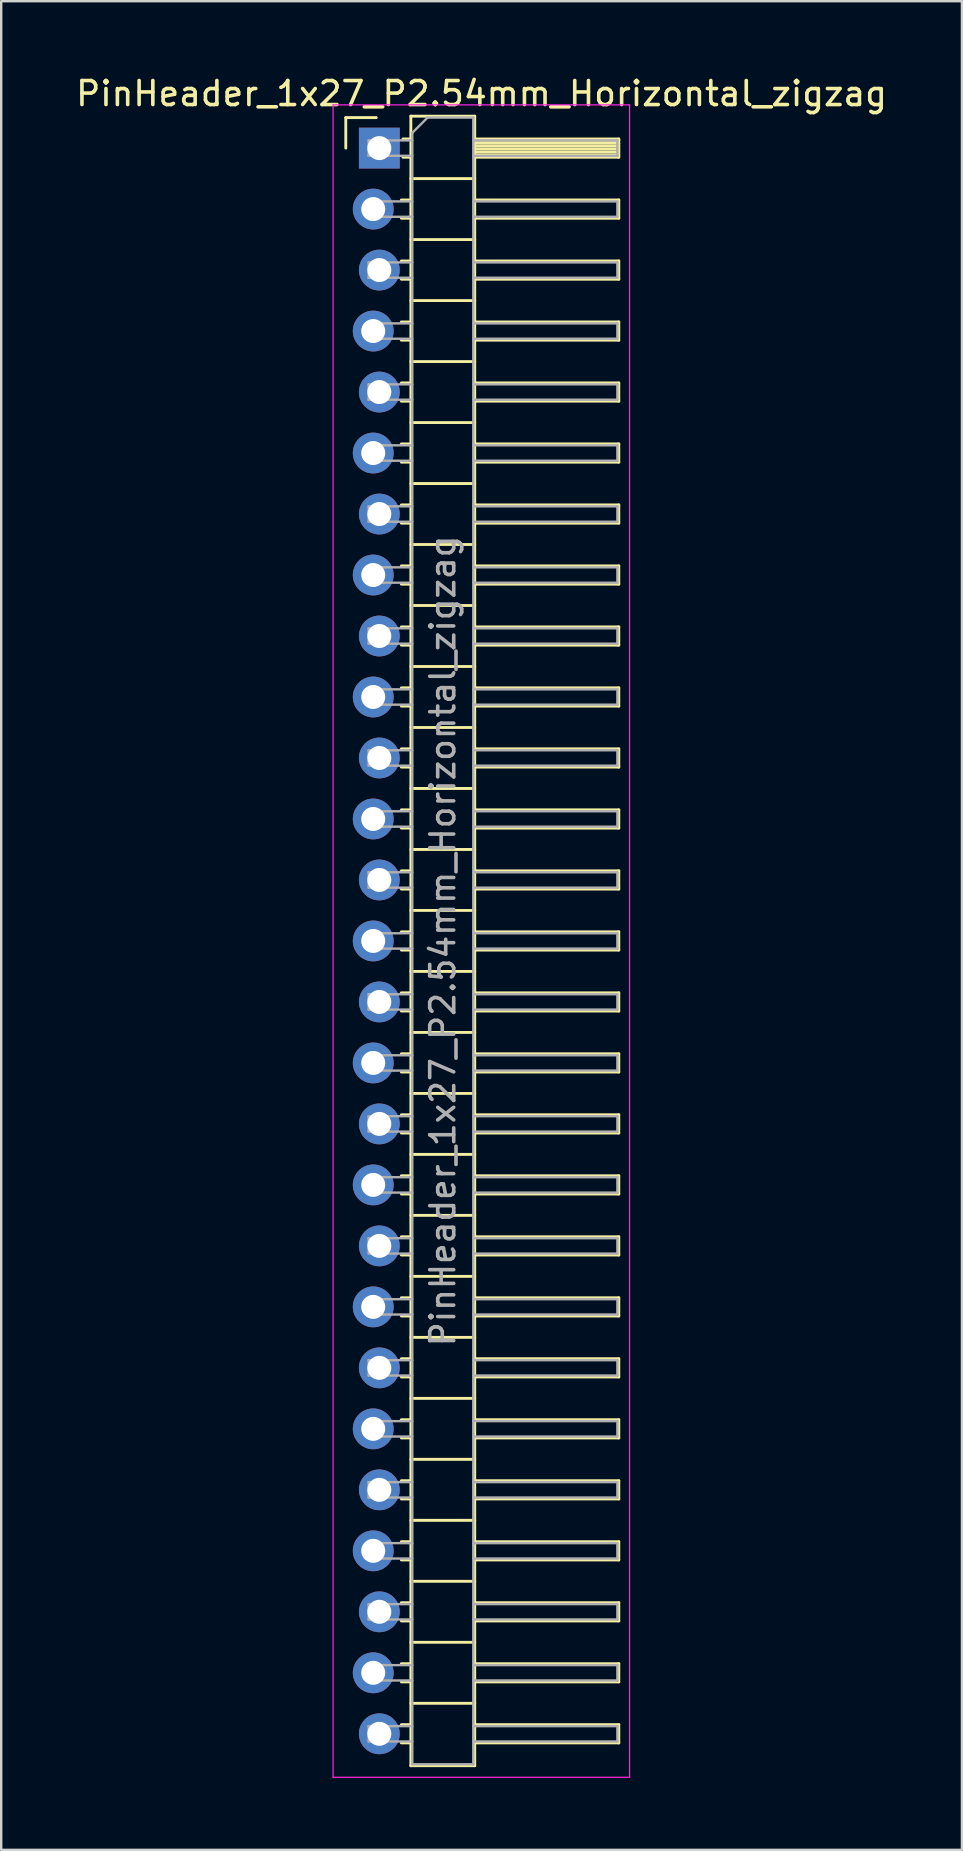
<source format=kicad_pcb>
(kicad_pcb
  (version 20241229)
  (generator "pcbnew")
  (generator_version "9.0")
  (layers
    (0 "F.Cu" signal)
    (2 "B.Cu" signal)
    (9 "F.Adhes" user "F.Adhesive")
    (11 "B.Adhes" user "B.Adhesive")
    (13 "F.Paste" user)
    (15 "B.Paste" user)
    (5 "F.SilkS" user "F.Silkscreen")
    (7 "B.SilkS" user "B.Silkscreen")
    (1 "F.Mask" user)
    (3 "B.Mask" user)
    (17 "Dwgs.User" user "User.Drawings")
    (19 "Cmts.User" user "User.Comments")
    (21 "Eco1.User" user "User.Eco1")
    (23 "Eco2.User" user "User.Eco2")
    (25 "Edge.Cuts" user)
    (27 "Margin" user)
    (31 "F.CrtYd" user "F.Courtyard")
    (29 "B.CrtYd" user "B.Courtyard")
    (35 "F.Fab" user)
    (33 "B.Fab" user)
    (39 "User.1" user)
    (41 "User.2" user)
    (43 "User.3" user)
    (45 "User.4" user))
  (footprint "PinHeader_1x27_P2.54mm_Horizontal_zigzag"
    (layer "F.Cu")
    (at 12.621 3.118)
    (property "Reference" "PinHeader_1x27_P2.54mm_Horizontal_zigzag" (at 4.385 -2.27 0) (layer "F.SilkS") (effects (font (size 1 1) (thickness 0.15))))
    (attr through_hole)
    (fp_line (start -1.27 -1.27) (end 0 -1.27) (stroke (width 0.12) (type solid)) (layer "F.SilkS"))
    (fp_line (start -1.27 0) (end -1.27 -1.27) (stroke (width 0.12) (type solid)) (layer "F.SilkS"))
    (fp_line (start 1.043 2.16) (end 1.44 2.16) (stroke (width 0.12) (type solid)) (layer "F.SilkS"))
    (fp_line (start 1.043 2.92) (end 1.44 2.92) (stroke (width 0.12) (type solid)) (layer "F.SilkS"))
    (fp_line (start 1.043 4.7) (end 1.44 4.7) (stroke (width 0.12) (type solid)) (layer "F.SilkS"))
    (fp_line (start 1.043 5.46) (end 1.44 5.46) (stroke (width 0.12) (type solid)) (layer "F.SilkS"))
    (fp_line (start 1.043 7.24) (end 1.44 7.24) (stroke (width 0.12) (type solid)) (layer "F.SilkS"))
    (fp_line (start 1.043 8) (end 1.44 8) (stroke (width 0.12) (type solid)) (layer "F.SilkS"))
    (fp_line (start 1.043 9.78) (end 1.44 9.78) (stroke (width 0.12) (type solid)) (layer "F.SilkS"))
    (fp_line (start 1.043 10.54) (end 1.44 10.54) (stroke (width 0.12) (type solid)) (layer "F.SilkS"))
    (fp_line (start 1.043 12.32) (end 1.44 12.32) (stroke (width 0.12) (type solid)) (layer "F.SilkS"))
    (fp_line (start 1.043 13.08) (end 1.44 13.08) (stroke (width 0.12) (type solid)) (layer "F.SilkS"))
    (fp_line (start 1.043 14.86) (end 1.44 14.86) (stroke (width 0.12) (type solid)) (layer "F.SilkS"))
    (fp_line (start 1.043 15.62) (end 1.44 15.62) (stroke (width 0.12) (type solid)) (layer "F.SilkS"))
    (fp_line (start 1.043 17.4) (end 1.44 17.4) (stroke (width 0.12) (type solid)) (layer "F.SilkS"))
    (fp_line (start 1.043 18.16) (end 1.44 18.16) (stroke (width 0.12) (type solid)) (layer "F.SilkS"))
    (fp_line (start 1.043 19.94) (end 1.44 19.94) (stroke (width 0.12) (type solid)) (layer "F.SilkS"))
    (fp_line (start 1.043 20.7) (end 1.44 20.7) (stroke (width 0.12) (type solid)) (layer "F.SilkS"))
    (fp_line (start 1.043 22.48) (end 1.44 22.48) (stroke (width 0.12) (type solid)) (layer "F.SilkS"))
    (fp_line (start 1.043 23.24) (end 1.44 23.24) (stroke (width 0.12) (type solid)) (layer "F.SilkS"))
    (fp_line (start 1.043 25.02) (end 1.44 25.02) (stroke (width 0.12) (type solid)) (layer "F.SilkS"))
    (fp_line (start 1.043 25.78) (end 1.44 25.78) (stroke (width 0.12) (type solid)) (layer "F.SilkS"))
    (fp_line (start 1.043 27.56) (end 1.44 27.56) (stroke (width 0.12) (type solid)) (layer "F.SilkS"))
    (fp_line (start 1.043 28.32) (end 1.44 28.32) (stroke (width 0.12) (type solid)) (layer "F.SilkS"))
    (fp_line (start 1.043 30.1) (end 1.44 30.1) (stroke (width 0.12) (type solid)) (layer "F.SilkS"))
    (fp_line (start 1.043 30.86) (end 1.44 30.86) (stroke (width 0.12) (type solid)) (layer "F.SilkS"))
    (fp_line (start 1.043 32.64) (end 1.44 32.64) (stroke (width 0.12) (type solid)) (layer "F.SilkS"))
    (fp_line (start 1.043 33.4) (end 1.44 33.4) (stroke (width 0.12) (type solid)) (layer "F.SilkS"))
    (fp_line (start 1.043 35.18) (end 1.44 35.18) (stroke (width 0.12) (type solid)) (layer "F.SilkS"))
    (fp_line (start 1.043 35.94) (end 1.44 35.94) (stroke (width 0.12) (type solid)) (layer "F.SilkS"))
    (fp_line (start 1.043 37.72) (end 1.44 37.72) (stroke (width 0.12) (type solid)) (layer "F.SilkS"))
    (fp_line (start 1.043 38.48) (end 1.44 38.48) (stroke (width 0.12) (type solid)) (layer "F.SilkS"))
    (fp_line (start 1.043 40.26) (end 1.44 40.26) (stroke (width 0.12) (type solid)) (layer "F.SilkS"))
    (fp_line (start 1.043 41.02) (end 1.44 41.02) (stroke (width 0.12) (type solid)) (layer "F.SilkS"))
    (fp_line (start 1.043 42.8) (end 1.44 42.8) (stroke (width 0.12) (type solid)) (layer "F.SilkS"))
    (fp_line (start 1.043 43.56) (end 1.44 43.56) (stroke (width 0.12) (type solid)) (layer "F.SilkS"))
    (fp_line (start 1.043 45.34) (end 1.44 45.34) (stroke (width 0.12) (type solid)) (layer "F.SilkS"))
    (fp_line (start 1.043 46.1) (end 1.44 46.1) (stroke (width 0.12) (type solid)) (layer "F.SilkS"))
    (fp_line (start 1.043 47.88) (end 1.44 47.88) (stroke (width 0.12) (type solid)) (layer "F.SilkS"))
    (fp_line (start 1.043 48.64) (end 1.44 48.64) (stroke (width 0.12) (type solid)) (layer "F.SilkS"))
    (fp_line (start 1.043 50.42) (end 1.44 50.42) (stroke (width 0.12) (type solid)) (layer "F.SilkS"))
    (fp_line (start 1.043 51.18) (end 1.44 51.18) (stroke (width 0.12) (type solid)) (layer "F.SilkS"))
    (fp_line (start 1.043 52.96) (end 1.44 52.96) (stroke (width 0.12) (type solid)) (layer "F.SilkS"))
    (fp_line (start 1.043 53.72) (end 1.44 53.72) (stroke (width 0.12) (type solid)) (layer "F.SilkS"))
    (fp_line (start 1.043 55.5) (end 1.44 55.5) (stroke (width 0.12) (type solid)) (layer "F.SilkS"))
    (fp_line (start 1.043 56.26) (end 1.44 56.26) (stroke (width 0.12) (type solid)) (layer "F.SilkS"))
    (fp_line (start 1.043 58.04) (end 1.44 58.04) (stroke (width 0.12) (type solid)) (layer "F.SilkS"))
    (fp_line (start 1.043 58.8) (end 1.44 58.8) (stroke (width 0.12) (type solid)) (layer "F.SilkS"))
    (fp_line (start 1.043 60.58) (end 1.44 60.58) (stroke (width 0.12) (type solid)) (layer "F.SilkS"))
    (fp_line (start 1.043 61.34) (end 1.44 61.34) (stroke (width 0.12) (type solid)) (layer "F.SilkS"))
    (fp_line (start 1.043 63.12) (end 1.44 63.12) (stroke (width 0.12) (type solid)) (layer "F.SilkS"))
    (fp_line (start 1.043 63.88) (end 1.44 63.88) (stroke (width 0.12) (type solid)) (layer "F.SilkS"))
    (fp_line (start 1.043 65.66) (end 1.44 65.66) (stroke (width 0.12) (type solid)) (layer "F.SilkS"))
    (fp_line (start 1.043 66.42) (end 1.44 66.42) (stroke (width 0.12) (type solid)) (layer "F.SilkS"))
    (fp_line (start 1.11 -0.38) (end 1.44 -0.38) (stroke (width 0.12) (type solid)) (layer "F.SilkS"))
    (fp_line (start 1.11 0.38) (end 1.44 0.38) (stroke (width 0.12) (type solid)) (layer "F.SilkS"))
    (fp_line (start 1.44 -1.33) (end 1.44 67.37) (stroke (width 0.12) (type solid)) (layer "F.SilkS"))
    (fp_line (start 1.44 1.27) (end 4.1 1.27) (stroke (width 0.12) (type solid)) (layer "F.SilkS"))
    (fp_line (start 1.44 3.81) (end 4.1 3.81) (stroke (width 0.12) (type solid)) (layer "F.SilkS"))
    (fp_line (start 1.44 6.35) (end 4.1 6.35) (stroke (width 0.12) (type solid)) (layer "F.SilkS"))
    (fp_line (start 1.44 8.89) (end 4.1 8.89) (stroke (width 0.12) (type solid)) (layer "F.SilkS"))
    (fp_line (start 1.44 11.43) (end 4.1 11.43) (stroke (width 0.12) (type solid)) (layer "F.SilkS"))
    (fp_line (start 1.44 13.97) (end 4.1 13.97) (stroke (width 0.12) (type solid)) (layer "F.SilkS"))
    (fp_line (start 1.44 16.51) (end 4.1 16.51) (stroke (width 0.12) (type solid)) (layer "F.SilkS"))
    (fp_line (start 1.44 19.05) (end 4.1 19.05) (stroke (width 0.12) (type solid)) (layer "F.SilkS"))
    (fp_line (start 1.44 21.59) (end 4.1 21.59) (stroke (width 0.12) (type solid)) (layer "F.SilkS"))
    (fp_line (start 1.44 24.13) (end 4.1 24.13) (stroke (width 0.12) (type solid)) (layer "F.SilkS"))
    (fp_line (start 1.44 26.67) (end 4.1 26.67) (stroke (width 0.12) (type solid)) (layer "F.SilkS"))
    (fp_line (start 1.44 29.21) (end 4.1 29.21) (stroke (width 0.12) (type solid)) (layer "F.SilkS"))
    (fp_line (start 1.44 31.75) (end 4.1 31.75) (stroke (width 0.12) (type solid)) (layer "F.SilkS"))
    (fp_line (start 1.44 34.29) (end 4.1 34.29) (stroke (width 0.12) (type solid)) (layer "F.SilkS"))
    (fp_line (start 1.44 36.83) (end 4.1 36.83) (stroke (width 0.12) (type solid)) (layer "F.SilkS"))
    (fp_line (start 1.44 39.37) (end 4.1 39.37) (stroke (width 0.12) (type solid)) (layer "F.SilkS"))
    (fp_line (start 1.44 41.91) (end 4.1 41.91) (stroke (width 0.12) (type solid)) (layer "F.SilkS"))
    (fp_line (start 1.44 44.45) (end 4.1 44.45) (stroke (width 0.12) (type solid)) (layer "F.SilkS"))
    (fp_line (start 1.44 46.99) (end 4.1 46.99) (stroke (width 0.12) (type solid)) (layer "F.SilkS"))
    (fp_line (start 1.44 49.53) (end 4.1 49.53) (stroke (width 0.12) (type solid)) (layer "F.SilkS"))
    (fp_line (start 1.44 52.07) (end 4.1 52.07) (stroke (width 0.12) (type solid)) (layer "F.SilkS"))
    (fp_line (start 1.44 54.61) (end 4.1 54.61) (stroke (width 0.12) (type solid)) (layer "F.SilkS"))
    (fp_line (start 1.44 57.15) (end 4.1 57.15) (stroke (width 0.12) (type solid)) (layer "F.SilkS"))
    (fp_line (start 1.44 59.69) (end 4.1 59.69) (stroke (width 0.12) (type solid)) (layer "F.SilkS"))
    (fp_line (start 1.44 62.23) (end 4.1 62.23) (stroke (width 0.12) (type solid)) (layer "F.SilkS"))
    (fp_line (start 1.44 64.77) (end 4.1 64.77) (stroke (width 0.12) (type solid)) (layer "F.SilkS"))
    (fp_line (start 1.44 67.37) (end 4.1 67.37) (stroke (width 0.12) (type solid)) (layer "F.SilkS"))
    (fp_line (start 4.1 -1.33) (end 1.44 -1.33) (stroke (width 0.12) (type solid)) (layer "F.SilkS"))
    (fp_line (start 4.1 -0.38) (end 10.1 -0.38) (stroke (width 0.12) (type solid)) (layer "F.SilkS"))
    (fp_line (start 4.1 -0.32) (end 10.1 -0.32) (stroke (width 0.12) (type solid)) (layer "F.SilkS"))
    (fp_line (start 4.1 -0.2) (end 10.1 -0.2) (stroke (width 0.12) (type solid)) (layer "F.SilkS"))
    (fp_line (start 4.1 -0.08) (end 10.1 -0.08) (stroke (width 0.12) (type solid)) (layer "F.SilkS"))
    (fp_line (start 4.1 0.04) (end 10.1 0.04) (stroke (width 0.12) (type solid)) (layer "F.SilkS"))
    (fp_line (start 4.1 0.16) (end 10.1 0.16) (stroke (width 0.12) (type solid)) (layer "F.SilkS"))
    (fp_line (start 4.1 0.28) (end 10.1 0.28) (stroke (width 0.12) (type solid)) (layer "F.SilkS"))
    (fp_line (start 4.1 2.16) (end 10.1 2.16) (stroke (width 0.12) (type solid)) (layer "F.SilkS"))
    (fp_line (start 4.1 4.7) (end 10.1 4.7) (stroke (width 0.12) (type solid)) (layer "F.SilkS"))
    (fp_line (start 4.1 7.24) (end 10.1 7.24) (stroke (width 0.12) (type solid)) (layer "F.SilkS"))
    (fp_line (start 4.1 9.78) (end 10.1 9.78) (stroke (width 0.12) (type solid)) (layer "F.SilkS"))
    (fp_line (start 4.1 12.32) (end 10.1 12.32) (stroke (width 0.12) (type solid)) (layer "F.SilkS"))
    (fp_line (start 4.1 14.86) (end 10.1 14.86) (stroke (width 0.12) (type solid)) (layer "F.SilkS"))
    (fp_line (start 4.1 17.4) (end 10.1 17.4) (stroke (width 0.12) (type solid)) (layer "F.SilkS"))
    (fp_line (start 4.1 19.94) (end 10.1 19.94) (stroke (width 0.12) (type solid)) (layer "F.SilkS"))
    (fp_line (start 4.1 22.48) (end 10.1 22.48) (stroke (width 0.12) (type solid)) (layer "F.SilkS"))
    (fp_line (start 4.1 25.02) (end 10.1 25.02) (stroke (width 0.12) (type solid)) (layer "F.SilkS"))
    (fp_line (start 4.1 27.56) (end 10.1 27.56) (stroke (width 0.12) (type solid)) (layer "F.SilkS"))
    (fp_line (start 4.1 30.1) (end 10.1 30.1) (stroke (width 0.12) (type solid)) (layer "F.SilkS"))
    (fp_line (start 4.1 32.64) (end 10.1 32.64) (stroke (width 0.12) (type solid)) (layer "F.SilkS"))
    (fp_line (start 4.1 35.18) (end 10.1 35.18) (stroke (width 0.12) (type solid)) (layer "F.SilkS"))
    (fp_line (start 4.1 37.72) (end 10.1 37.72) (stroke (width 0.12) (type solid)) (layer "F.SilkS"))
    (fp_line (start 4.1 40.26) (end 10.1 40.26) (stroke (width 0.12) (type solid)) (layer "F.SilkS"))
    (fp_line (start 4.1 42.8) (end 10.1 42.8) (stroke (width 0.12) (type solid)) (layer "F.SilkS"))
    (fp_line (start 4.1 45.34) (end 10.1 45.34) (stroke (width 0.12) (type solid)) (layer "F.SilkS"))
    (fp_line (start 4.1 47.88) (end 10.1 47.88) (stroke (width 0.12) (type solid)) (layer "F.SilkS"))
    (fp_line (start 4.1 50.42) (end 10.1 50.42) (stroke (width 0.12) (type solid)) (layer "F.SilkS"))
    (fp_line (start 4.1 52.96) (end 10.1 52.96) (stroke (width 0.12) (type solid)) (layer "F.SilkS"))
    (fp_line (start 4.1 55.5) (end 10.1 55.5) (stroke (width 0.12) (type solid)) (layer "F.SilkS"))
    (fp_line (start 4.1 58.04) (end 10.1 58.04) (stroke (width 0.12) (type solid)) (layer "F.SilkS"))
    (fp_line (start 4.1 60.58) (end 10.1 60.58) (stroke (width 0.12) (type solid)) (layer "F.SilkS"))
    (fp_line (start 4.1 63.12) (end 10.1 63.12) (stroke (width 0.12) (type solid)) (layer "F.SilkS"))
    (fp_line (start 4.1 65.66) (end 10.1 65.66) (stroke (width 0.12) (type solid)) (layer "F.SilkS"))
    (fp_line (start 4.1 67.37) (end 4.1 -1.33) (stroke (width 0.12) (type solid)) (layer "F.SilkS"))
    (fp_line (start 10.1 -0.38) (end 10.1 0.38) (stroke (width 0.12) (type solid)) (layer "F.SilkS"))
    (fp_line (start 10.1 0.38) (end 4.1 0.38) (stroke (width 0.12) (type solid)) (layer "F.SilkS"))
    (fp_line (start 10.1 2.16) (end 10.1 2.92) (stroke (width 0.12) (type solid)) (layer "F.SilkS"))
    (fp_line (start 10.1 2.92) (end 4.1 2.92) (stroke (width 0.12) (type solid)) (layer "F.SilkS"))
    (fp_line (start 10.1 4.7) (end 10.1 5.46) (stroke (width 0.12) (type solid)) (layer "F.SilkS"))
    (fp_line (start 10.1 5.46) (end 4.1 5.46) (stroke (width 0.12) (type solid)) (layer "F.SilkS"))
    (fp_line (start 10.1 7.24) (end 10.1 8) (stroke (width 0.12) (type solid)) (layer "F.SilkS"))
    (fp_line (start 10.1 8) (end 4.1 8) (stroke (width 0.12) (type solid)) (layer "F.SilkS"))
    (fp_line (start 10.1 9.78) (end 10.1 10.54) (stroke (width 0.12) (type solid)) (layer "F.SilkS"))
    (fp_line (start 10.1 10.54) (end 4.1 10.54) (stroke (width 0.12) (type solid)) (layer "F.SilkS"))
    (fp_line (start 10.1 12.32) (end 10.1 13.08) (stroke (width 0.12) (type solid)) (layer "F.SilkS"))
    (fp_line (start 10.1 13.08) (end 4.1 13.08) (stroke (width 0.12) (type solid)) (layer "F.SilkS"))
    (fp_line (start 10.1 14.86) (end 10.1 15.62) (stroke (width 0.12) (type solid)) (layer "F.SilkS"))
    (fp_line (start 10.1 15.62) (end 4.1 15.62) (stroke (width 0.12) (type solid)) (layer "F.SilkS"))
    (fp_line (start 10.1 17.4) (end 10.1 18.16) (stroke (width 0.12) (type solid)) (layer "F.SilkS"))
    (fp_line (start 10.1 18.16) (end 4.1 18.16) (stroke (width 0.12) (type solid)) (layer "F.SilkS"))
    (fp_line (start 10.1 19.94) (end 10.1 20.7) (stroke (width 0.12) (type solid)) (layer "F.SilkS"))
    (fp_line (start 10.1 20.7) (end 4.1 20.7) (stroke (width 0.12) (type solid)) (layer "F.SilkS"))
    (fp_line (start 10.1 22.48) (end 10.1 23.24) (stroke (width 0.12) (type solid)) (layer "F.SilkS"))
    (fp_line (start 10.1 23.24) (end 4.1 23.24) (stroke (width 0.12) (type solid)) (layer "F.SilkS"))
    (fp_line (start 10.1 25.02) (end 10.1 25.78) (stroke (width 0.12) (type solid)) (layer "F.SilkS"))
    (fp_line (start 10.1 25.78) (end 4.1 25.78) (stroke (width 0.12) (type solid)) (layer "F.SilkS"))
    (fp_line (start 10.1 27.56) (end 10.1 28.32) (stroke (width 0.12) (type solid)) (layer "F.SilkS"))
    (fp_line (start 10.1 28.32) (end 4.1 28.32) (stroke (width 0.12) (type solid)) (layer "F.SilkS"))
    (fp_line (start 10.1 30.1) (end 10.1 30.86) (stroke (width 0.12) (type solid)) (layer "F.SilkS"))
    (fp_line (start 10.1 30.86) (end 4.1 30.86) (stroke (width 0.12) (type solid)) (layer "F.SilkS"))
    (fp_line (start 10.1 32.64) (end 10.1 33.4) (stroke (width 0.12) (type solid)) (layer "F.SilkS"))
    (fp_line (start 10.1 33.4) (end 4.1 33.4) (stroke (width 0.12) (type solid)) (layer "F.SilkS"))
    (fp_line (start 10.1 35.18) (end 10.1 35.94) (stroke (width 0.12) (type solid)) (layer "F.SilkS"))
    (fp_line (start 10.1 35.94) (end 4.1 35.94) (stroke (width 0.12) (type solid)) (layer "F.SilkS"))
    (fp_line (start 10.1 37.72) (end 10.1 38.48) (stroke (width 0.12) (type solid)) (layer "F.SilkS"))
    (fp_line (start 10.1 38.48) (end 4.1 38.48) (stroke (width 0.12) (type solid)) (layer "F.SilkS"))
    (fp_line (start 10.1 40.26) (end 10.1 41.02) (stroke (width 0.12) (type solid)) (layer "F.SilkS"))
    (fp_line (start 10.1 41.02) (end 4.1 41.02) (stroke (width 0.12) (type solid)) (layer "F.SilkS"))
    (fp_line (start 10.1 42.8) (end 10.1 43.56) (stroke (width 0.12) (type solid)) (layer "F.SilkS"))
    (fp_line (start 10.1 43.56) (end 4.1 43.56) (stroke (width 0.12) (type solid)) (layer "F.SilkS"))
    (fp_line (start 10.1 45.34) (end 10.1 46.1) (stroke (width 0.12) (type solid)) (layer "F.SilkS"))
    (fp_line (start 10.1 46.1) (end 4.1 46.1) (stroke (width 0.12) (type solid)) (layer "F.SilkS"))
    (fp_line (start 10.1 47.88) (end 10.1 48.64) (stroke (width 0.12) (type solid)) (layer "F.SilkS"))
    (fp_line (start 10.1 48.64) (end 4.1 48.64) (stroke (width 0.12) (type solid)) (layer "F.SilkS"))
    (fp_line (start 10.1 50.42) (end 10.1 51.18) (stroke (width 0.12) (type solid)) (layer "F.SilkS"))
    (fp_line (start 10.1 51.18) (end 4.1 51.18) (stroke (width 0.12) (type solid)) (layer "F.SilkS"))
    (fp_line (start 10.1 52.96) (end 10.1 53.72) (stroke (width 0.12) (type solid)) (layer "F.SilkS"))
    (fp_line (start 10.1 53.72) (end 4.1 53.72) (stroke (width 0.12) (type solid)) (layer "F.SilkS"))
    (fp_line (start 10.1 55.5) (end 10.1 56.26) (stroke (width 0.12) (type solid)) (layer "F.SilkS"))
    (fp_line (start 10.1 56.26) (end 4.1 56.26) (stroke (width 0.12) (type solid)) (layer "F.SilkS"))
    (fp_line (start 10.1 58.04) (end 10.1 58.8) (stroke (width 0.12) (type solid)) (layer "F.SilkS"))
    (fp_line (start 10.1 58.8) (end 4.1 58.8) (stroke (width 0.12) (type solid)) (layer "F.SilkS"))
    (fp_line (start 10.1 60.58) (end 10.1 61.34) (stroke (width 0.12) (type solid)) (layer "F.SilkS"))
    (fp_line (start 10.1 61.34) (end 4.1 61.34) (stroke (width 0.12) (type solid)) (layer "F.SilkS"))
    (fp_line (start 10.1 63.12) (end 10.1 63.88) (stroke (width 0.12) (type solid)) (layer "F.SilkS"))
    (fp_line (start 10.1 63.88) (end 4.1 63.88) (stroke (width 0.12) (type solid)) (layer "F.SilkS"))
    (fp_line (start 10.1 65.66) (end 10.1 66.42) (stroke (width 0.12) (type solid)) (layer "F.SilkS"))
    (fp_line (start 10.1 66.42) (end 4.1 66.42) (stroke (width 0.12) (type solid)) (layer "F.SilkS"))
    (fp_line (start -1.8 -1.8) (end -1.8 67.85) (stroke (width 0.05) (type solid)) (layer "F.CrtYd"))
    (fp_line (start -1.8 67.85) (end 10.55 67.85) (stroke (width 0.05) (type solid)) (layer "F.CrtYd"))
    (fp_line (start 10.55 -1.8) (end -1.8 -1.8) (stroke (width 0.05) (type solid)) (layer "F.CrtYd"))
    (fp_line (start 10.55 67.85) (end 10.55 -1.8) (stroke (width 0.05) (type solid)) (layer "F.CrtYd"))
    (fp_line (start -0.32 -0.32) (end -0.32 0.32) (stroke (width 0.1) (type solid)) (layer "F.Fab"))
    (fp_line (start -0.32 -0.32) (end 1.5 -0.32) (stroke (width 0.1) (type solid)) (layer "F.Fab"))
    (fp_line (start -0.32 0.32) (end 1.5 0.32) (stroke (width 0.1) (type solid)) (layer "F.Fab"))
    (fp_line (start -0.32 2.22) (end -0.32 2.86) (stroke (width 0.1) (type solid)) (layer "F.Fab"))
    (fp_line (start -0.32 2.22) (end 1.5 2.22) (stroke (width 0.1) (type solid)) (layer "F.Fab"))
    (fp_line (start -0.32 2.86) (end 1.5 2.86) (stroke (width 0.1) (type solid)) (layer "F.Fab"))
    (fp_line (start -0.32 4.76) (end -0.32 5.4) (stroke (width 0.1) (type solid)) (layer "F.Fab"))
    (fp_line (start -0.32 4.76) (end 1.5 4.76) (stroke (width 0.1) (type solid)) (layer "F.Fab"))
    (fp_line (start -0.32 5.4) (end 1.5 5.4) (stroke (width 0.1) (type solid)) (layer "F.Fab"))
    (fp_line (start -0.32 7.3) (end -0.32 7.94) (stroke (width 0.1) (type solid)) (layer "F.Fab"))
    (fp_line (start -0.32 7.3) (end 1.5 7.3) (stroke (width 0.1) (type solid)) (layer "F.Fab"))
    (fp_line (start -0.32 7.94) (end 1.5 7.94) (stroke (width 0.1) (type solid)) (layer "F.Fab"))
    (fp_line (start -0.32 9.84) (end -0.32 10.48) (stroke (width 0.1) (type solid)) (layer "F.Fab"))
    (fp_line (start -0.32 9.84) (end 1.5 9.84) (stroke (width 0.1) (type solid)) (layer "F.Fab"))
    (fp_line (start -0.32 10.48) (end 1.5 10.48) (stroke (width 0.1) (type solid)) (layer "F.Fab"))
    (fp_line (start -0.32 12.38) (end -0.32 13.02) (stroke (width 0.1) (type solid)) (layer "F.Fab"))
    (fp_line (start -0.32 12.38) (end 1.5 12.38) (stroke (width 0.1) (type solid)) (layer "F.Fab"))
    (fp_line (start -0.32 13.02) (end 1.5 13.02) (stroke (width 0.1) (type solid)) (layer "F.Fab"))
    (fp_line (start -0.32 14.92) (end -0.32 15.56) (stroke (width 0.1) (type solid)) (layer "F.Fab"))
    (fp_line (start -0.32 14.92) (end 1.5 14.92) (stroke (width 0.1) (type solid)) (layer "F.Fab"))
    (fp_line (start -0.32 15.56) (end 1.5 15.56) (stroke (width 0.1) (type solid)) (layer "F.Fab"))
    (fp_line (start -0.32 17.46) (end -0.32 18.1) (stroke (width 0.1) (type solid)) (layer "F.Fab"))
    (fp_line (start -0.32 17.46) (end 1.5 17.46) (stroke (width 0.1) (type solid)) (layer "F.Fab"))
    (fp_line (start -0.32 18.1) (end 1.5 18.1) (stroke (width 0.1) (type solid)) (layer "F.Fab"))
    (fp_line (start -0.32 20) (end -0.32 20.64) (stroke (width 0.1) (type solid)) (layer "F.Fab"))
    (fp_line (start -0.32 20) (end 1.5 20) (stroke (width 0.1) (type solid)) (layer "F.Fab"))
    (fp_line (start -0.32 20.64) (end 1.5 20.64) (stroke (width 0.1) (type solid)) (layer "F.Fab"))
    (fp_line (start -0.32 22.54) (end -0.32 23.18) (stroke (width 0.1) (type solid)) (layer "F.Fab"))
    (fp_line (start -0.32 22.54) (end 1.5 22.54) (stroke (width 0.1) (type solid)) (layer "F.Fab"))
    (fp_line (start -0.32 23.18) (end 1.5 23.18) (stroke (width 0.1) (type solid)) (layer "F.Fab"))
    (fp_line (start -0.32 25.08) (end -0.32 25.72) (stroke (width 0.1) (type solid)) (layer "F.Fab"))
    (fp_line (start -0.32 25.08) (end 1.5 25.08) (stroke (width 0.1) (type solid)) (layer "F.Fab"))
    (fp_line (start -0.32 25.72) (end 1.5 25.72) (stroke (width 0.1) (type solid)) (layer "F.Fab"))
    (fp_line (start -0.32 27.62) (end -0.32 28.26) (stroke (width 0.1) (type solid)) (layer "F.Fab"))
    (fp_line (start -0.32 27.62) (end 1.5 27.62) (stroke (width 0.1) (type solid)) (layer "F.Fab"))
    (fp_line (start -0.32 28.26) (end 1.5 28.26) (stroke (width 0.1) (type solid)) (layer "F.Fab"))
    (fp_line (start -0.32 30.16) (end -0.32 30.8) (stroke (width 0.1) (type solid)) (layer "F.Fab"))
    (fp_line (start -0.32 30.16) (end 1.5 30.16) (stroke (width 0.1) (type solid)) (layer "F.Fab"))
    (fp_line (start -0.32 30.8) (end 1.5 30.8) (stroke (width 0.1) (type solid)) (layer "F.Fab"))
    (fp_line (start -0.32 32.7) (end -0.32 33.34) (stroke (width 0.1) (type solid)) (layer "F.Fab"))
    (fp_line (start -0.32 32.7) (end 1.5 32.7) (stroke (width 0.1) (type solid)) (layer "F.Fab"))
    (fp_line (start -0.32 33.34) (end 1.5 33.34) (stroke (width 0.1) (type solid)) (layer "F.Fab"))
    (fp_line (start -0.32 35.24) (end -0.32 35.88) (stroke (width 0.1) (type solid)) (layer "F.Fab"))
    (fp_line (start -0.32 35.24) (end 1.5 35.24) (stroke (width 0.1) (type solid)) (layer "F.Fab"))
    (fp_line (start -0.32 35.88) (end 1.5 35.88) (stroke (width 0.1) (type solid)) (layer "F.Fab"))
    (fp_line (start -0.32 37.78) (end -0.32 38.42) (stroke (width 0.1) (type solid)) (layer "F.Fab"))
    (fp_line (start -0.32 37.78) (end 1.5 37.78) (stroke (width 0.1) (type solid)) (layer "F.Fab"))
    (fp_line (start -0.32 38.42) (end 1.5 38.42) (stroke (width 0.1) (type solid)) (layer "F.Fab"))
    (fp_line (start -0.32 40.32) (end -0.32 40.96) (stroke (width 0.1) (type solid)) (layer "F.Fab"))
    (fp_line (start -0.32 40.32) (end 1.5 40.32) (stroke (width 0.1) (type solid)) (layer "F.Fab"))
    (fp_line (start -0.32 40.96) (end 1.5 40.96) (stroke (width 0.1) (type solid)) (layer "F.Fab"))
    (fp_line (start -0.32 42.86) (end -0.32 43.5) (stroke (width 0.1) (type solid)) (layer "F.Fab"))
    (fp_line (start -0.32 42.86) (end 1.5 42.86) (stroke (width 0.1) (type solid)) (layer "F.Fab"))
    (fp_line (start -0.32 43.5) (end 1.5 43.5) (stroke (width 0.1) (type solid)) (layer "F.Fab"))
    (fp_line (start -0.32 45.4) (end -0.32 46.04) (stroke (width 0.1) (type solid)) (layer "F.Fab"))
    (fp_line (start -0.32 45.4) (end 1.5 45.4) (stroke (width 0.1) (type solid)) (layer "F.Fab"))
    (fp_line (start -0.32 46.04) (end 1.5 46.04) (stroke (width 0.1) (type solid)) (layer "F.Fab"))
    (fp_line (start -0.32 47.94) (end -0.32 48.58) (stroke (width 0.1) (type solid)) (layer "F.Fab"))
    (fp_line (start -0.32 47.94) (end 1.5 47.94) (stroke (width 0.1) (type solid)) (layer "F.Fab"))
    (fp_line (start -0.32 48.58) (end 1.5 48.58) (stroke (width 0.1) (type solid)) (layer "F.Fab"))
    (fp_line (start -0.32 50.48) (end -0.32 51.12) (stroke (width 0.1) (type solid)) (layer "F.Fab"))
    (fp_line (start -0.32 50.48) (end 1.5 50.48) (stroke (width 0.1) (type solid)) (layer "F.Fab"))
    (fp_line (start -0.32 51.12) (end 1.5 51.12) (stroke (width 0.1) (type solid)) (layer "F.Fab"))
    (fp_line (start -0.32 53.02) (end -0.32 53.66) (stroke (width 0.1) (type solid)) (layer "F.Fab"))
    (fp_line (start -0.32 53.02) (end 1.5 53.02) (stroke (width 0.1) (type solid)) (layer "F.Fab"))
    (fp_line (start -0.32 53.66) (end 1.5 53.66) (stroke (width 0.1) (type solid)) (layer "F.Fab"))
    (fp_line (start -0.32 55.56) (end -0.32 56.2) (stroke (width 0.1) (type solid)) (layer "F.Fab"))
    (fp_line (start -0.32 55.56) (end 1.5 55.56) (stroke (width 0.1) (type solid)) (layer "F.Fab"))
    (fp_line (start -0.32 56.2) (end 1.5 56.2) (stroke (width 0.1) (type solid)) (layer "F.Fab"))
    (fp_line (start -0.32 58.1) (end -0.32 58.74) (stroke (width 0.1) (type solid)) (layer "F.Fab"))
    (fp_line (start -0.32 58.1) (end 1.5 58.1) (stroke (width 0.1) (type solid)) (layer "F.Fab"))
    (fp_line (start -0.32 58.74) (end 1.5 58.74) (stroke (width 0.1) (type solid)) (layer "F.Fab"))
    (fp_line (start -0.32 60.64) (end -0.32 61.28) (stroke (width 0.1) (type solid)) (layer "F.Fab"))
    (fp_line (start -0.32 60.64) (end 1.5 60.64) (stroke (width 0.1) (type solid)) (layer "F.Fab"))
    (fp_line (start -0.32 61.28) (end 1.5 61.28) (stroke (width 0.1) (type solid)) (layer "F.Fab"))
    (fp_line (start -0.32 63.18) (end -0.32 63.82) (stroke (width 0.1) (type solid)) (layer "F.Fab"))
    (fp_line (start -0.32 63.18) (end 1.5 63.18) (stroke (width 0.1) (type solid)) (layer "F.Fab"))
    (fp_line (start -0.32 63.82) (end 1.5 63.82) (stroke (width 0.1) (type solid)) (layer "F.Fab"))
    (fp_line (start -0.32 65.72) (end -0.32 66.36) (stroke (width 0.1) (type solid)) (layer "F.Fab"))
    (fp_line (start -0.32 65.72) (end 1.5 65.72) (stroke (width 0.1) (type solid)) (layer "F.Fab"))
    (fp_line (start -0.32 66.36) (end 1.5 66.36) (stroke (width 0.1) (type solid)) (layer "F.Fab"))
    (fp_line (start 1.5 -0.635) (end 2.135 -1.27) (stroke (width 0.1) (type solid)) (layer "F.Fab"))
    (fp_line (start 1.5 67.31) (end 1.5 -0.635) (stroke (width 0.1) (type solid)) (layer "F.Fab"))
    (fp_line (start 2.135 -1.27) (end 4.04 -1.27) (stroke (width 0.1) (type solid)) (layer "F.Fab"))
    (fp_line (start 4.04 -1.27) (end 4.04 67.31) (stroke (width 0.1) (type solid)) (layer "F.Fab"))
    (fp_line (start 4.04 -0.32) (end 10.04 -0.32) (stroke (width 0.1) (type solid)) (layer "F.Fab"))
    (fp_line (start 4.04 0.32) (end 10.04 0.32) (stroke (width 0.1) (type solid)) (layer "F.Fab"))
    (fp_line (start 4.04 2.22) (end 10.04 2.22) (stroke (width 0.1) (type solid)) (layer "F.Fab"))
    (fp_line (start 4.04 2.86) (end 10.04 2.86) (stroke (width 0.1) (type solid)) (layer "F.Fab"))
    (fp_line (start 4.04 4.76) (end 10.04 4.76) (stroke (width 0.1) (type solid)) (layer "F.Fab"))
    (fp_line (start 4.04 5.4) (end 10.04 5.4) (stroke (width 0.1) (type solid)) (layer "F.Fab"))
    (fp_line (start 4.04 7.3) (end 10.04 7.3) (stroke (width 0.1) (type solid)) (layer "F.Fab"))
    (fp_line (start 4.04 7.94) (end 10.04 7.94) (stroke (width 0.1) (type solid)) (layer "F.Fab"))
    (fp_line (start 4.04 9.84) (end 10.04 9.84) (stroke (width 0.1) (type solid)) (layer "F.Fab"))
    (fp_line (start 4.04 10.48) (end 10.04 10.48) (stroke (width 0.1) (type solid)) (layer "F.Fab"))
    (fp_line (start 4.04 12.38) (end 10.04 12.38) (stroke (width 0.1) (type solid)) (layer "F.Fab"))
    (fp_line (start 4.04 13.02) (end 10.04 13.02) (stroke (width 0.1) (type solid)) (layer "F.Fab"))
    (fp_line (start 4.04 14.92) (end 10.04 14.92) (stroke (width 0.1) (type solid)) (layer "F.Fab"))
    (fp_line (start 4.04 15.56) (end 10.04 15.56) (stroke (width 0.1) (type solid)) (layer "F.Fab"))
    (fp_line (start 4.04 17.46) (end 10.04 17.46) (stroke (width 0.1) (type solid)) (layer "F.Fab"))
    (fp_line (start 4.04 18.1) (end 10.04 18.1) (stroke (width 0.1) (type solid)) (layer "F.Fab"))
    (fp_line (start 4.04 20) (end 10.04 20) (stroke (width 0.1) (type solid)) (layer "F.Fab"))
    (fp_line (start 4.04 20.64) (end 10.04 20.64) (stroke (width 0.1) (type solid)) (layer "F.Fab"))
    (fp_line (start 4.04 22.54) (end 10.04 22.54) (stroke (width 0.1) (type solid)) (layer "F.Fab"))
    (fp_line (start 4.04 23.18) (end 10.04 23.18) (stroke (width 0.1) (type solid)) (layer "F.Fab"))
    (fp_line (start 4.04 25.08) (end 10.04 25.08) (stroke (width 0.1) (type solid)) (layer "F.Fab"))
    (fp_line (start 4.04 25.72) (end 10.04 25.72) (stroke (width 0.1) (type solid)) (layer "F.Fab"))
    (fp_line (start 4.04 27.62) (end 10.04 27.62) (stroke (width 0.1) (type solid)) (layer "F.Fab"))
    (fp_line (start 4.04 28.26) (end 10.04 28.26) (stroke (width 0.1) (type solid)) (layer "F.Fab"))
    (fp_line (start 4.04 30.16) (end 10.04 30.16) (stroke (width 0.1) (type solid)) (layer "F.Fab"))
    (fp_line (start 4.04 30.8) (end 10.04 30.8) (stroke (width 0.1) (type solid)) (layer "F.Fab"))
    (fp_line (start 4.04 32.7) (end 10.04 32.7) (stroke (width 0.1) (type solid)) (layer "F.Fab"))
    (fp_line (start 4.04 33.34) (end 10.04 33.34) (stroke (width 0.1) (type solid)) (layer "F.Fab"))
    (fp_line (start 4.04 35.24) (end 10.04 35.24) (stroke (width 0.1) (type solid)) (layer "F.Fab"))
    (fp_line (start 4.04 35.88) (end 10.04 35.88) (stroke (width 0.1) (type solid)) (layer "F.Fab"))
    (fp_line (start 4.04 37.78) (end 10.04 37.78) (stroke (width 0.1) (type solid)) (layer "F.Fab"))
    (fp_line (start 4.04 38.42) (end 10.04 38.42) (stroke (width 0.1) (type solid)) (layer "F.Fab"))
    (fp_line (start 4.04 40.32) (end 10.04 40.32) (stroke (width 0.1) (type solid)) (layer "F.Fab"))
    (fp_line (start 4.04 40.96) (end 10.04 40.96) (stroke (width 0.1) (type solid)) (layer "F.Fab"))
    (fp_line (start 4.04 42.86) (end 10.04 42.86) (stroke (width 0.1) (type solid)) (layer "F.Fab"))
    (fp_line (start 4.04 43.5) (end 10.04 43.5) (stroke (width 0.1) (type solid)) (layer "F.Fab"))
    (fp_line (start 4.04 45.4) (end 10.04 45.4) (stroke (width 0.1) (type solid)) (layer "F.Fab"))
    (fp_line (start 4.04 46.04) (end 10.04 46.04) (stroke (width 0.1) (type solid)) (layer "F.Fab"))
    (fp_line (start 4.04 47.94) (end 10.04 47.94) (stroke (width 0.1) (type solid)) (layer "F.Fab"))
    (fp_line (start 4.04 48.58) (end 10.04 48.58) (stroke (width 0.1) (type solid)) (layer "F.Fab"))
    (fp_line (start 4.04 50.48) (end 10.04 50.48) (stroke (width 0.1) (type solid)) (layer "F.Fab"))
    (fp_line (start 4.04 51.12) (end 10.04 51.12) (stroke (width 0.1) (type solid)) (layer "F.Fab"))
    (fp_line (start 4.04 53.02) (end 10.04 53.02) (stroke (width 0.1) (type solid)) (layer "F.Fab"))
    (fp_line (start 4.04 53.66) (end 10.04 53.66) (stroke (width 0.1) (type solid)) (layer "F.Fab"))
    (fp_line (start 4.04 55.56) (end 10.04 55.56) (stroke (width 0.1) (type solid)) (layer "F.Fab"))
    (fp_line (start 4.04 56.2) (end 10.04 56.2) (stroke (width 0.1) (type solid)) (layer "F.Fab"))
    (fp_line (start 4.04 58.1) (end 10.04 58.1) (stroke (width 0.1) (type solid)) (layer "F.Fab"))
    (fp_line (start 4.04 58.74) (end 10.04 58.74) (stroke (width 0.1) (type solid)) (layer "F.Fab"))
    (fp_line (start 4.04 60.64) (end 10.04 60.64) (stroke (width 0.1) (type solid)) (layer "F.Fab"))
    (fp_line (start 4.04 61.28) (end 10.04 61.28) (stroke (width 0.1) (type solid)) (layer "F.Fab"))
    (fp_line (start 4.04 63.18) (end 10.04 63.18) (stroke (width 0.1) (type solid)) (layer "F.Fab"))
    (fp_line (start 4.04 63.82) (end 10.04 63.82) (stroke (width 0.1) (type solid)) (layer "F.Fab"))
    (fp_line (start 4.04 65.72) (end 10.04 65.72) (stroke (width 0.1) (type solid)) (layer "F.Fab"))
    (fp_line (start 4.04 66.36) (end 10.04 66.36) (stroke (width 0.1) (type solid)) (layer "F.Fab"))
    (fp_line (start 4.04 67.31) (end 1.5 67.31) (stroke (width 0.1) (type solid)) (layer "F.Fab"))
    (fp_line (start 10.04 -0.32) (end 10.04 0.32) (stroke (width 0.1) (type solid)) (layer "F.Fab"))
    (fp_line (start 10.04 2.22) (end 10.04 2.86) (stroke (width 0.1) (type solid)) (layer "F.Fab"))
    (fp_line (start 10.04 4.76) (end 10.04 5.4) (stroke (width 0.1) (type solid)) (layer "F.Fab"))
    (fp_line (start 10.04 7.3) (end 10.04 7.94) (stroke (width 0.1) (type solid)) (layer "F.Fab"))
    (fp_line (start 10.04 9.84) (end 10.04 10.48) (stroke (width 0.1) (type solid)) (layer "F.Fab"))
    (fp_line (start 10.04 12.38) (end 10.04 13.02) (stroke (width 0.1) (type solid)) (layer "F.Fab"))
    (fp_line (start 10.04 14.92) (end 10.04 15.56) (stroke (width 0.1) (type solid)) (layer "F.Fab"))
    (fp_line (start 10.04 17.46) (end 10.04 18.1) (stroke (width 0.1) (type solid)) (layer "F.Fab"))
    (fp_line (start 10.04 20) (end 10.04 20.64) (stroke (width 0.1) (type solid)) (layer "F.Fab"))
    (fp_line (start 10.04 22.54) (end 10.04 23.18) (stroke (width 0.1) (type solid)) (layer "F.Fab"))
    (fp_line (start 10.04 25.08) (end 10.04 25.72) (stroke (width 0.1) (type solid)) (layer "F.Fab"))
    (fp_line (start 10.04 27.62) (end 10.04 28.26) (stroke (width 0.1) (type solid)) (layer "F.Fab"))
    (fp_line (start 10.04 30.16) (end 10.04 30.8) (stroke (width 0.1) (type solid)) (layer "F.Fab"))
    (fp_line (start 10.04 32.7) (end 10.04 33.34) (stroke (width 0.1) (type solid)) (layer "F.Fab"))
    (fp_line (start 10.04 35.24) (end 10.04 35.88) (stroke (width 0.1) (type solid)) (layer "F.Fab"))
    (fp_line (start 10.04 37.78) (end 10.04 38.42) (stroke (width 0.1) (type solid)) (layer "F.Fab"))
    (fp_line (start 10.04 40.32) (end 10.04 40.96) (stroke (width 0.1) (type solid)) (layer "F.Fab"))
    (fp_line (start 10.04 42.86) (end 10.04 43.5) (stroke (width 0.1) (type solid)) (layer "F.Fab"))
    (fp_line (start 10.04 45.4) (end 10.04 46.04) (stroke (width 0.1) (type solid)) (layer "F.Fab"))
    (fp_line (start 10.04 47.94) (end 10.04 48.58) (stroke (width 0.1) (type solid)) (layer "F.Fab"))
    (fp_line (start 10.04 50.48) (end 10.04 51.12) (stroke (width 0.1) (type solid)) (layer "F.Fab"))
    (fp_line (start 10.04 53.02) (end 10.04 53.66) (stroke (width 0.1) (type solid)) (layer "F.Fab"))
    (fp_line (start 10.04 55.56) (end 10.04 56.2) (stroke (width 0.1) (type solid)) (layer "F.Fab"))
    (fp_line (start 10.04 58.1) (end 10.04 58.74) (stroke (width 0.1) (type solid)) (layer "F.Fab"))
    (fp_line (start 10.04 60.64) (end 10.04 61.28) (stroke (width 0.1) (type solid)) (layer "F.Fab"))
    (fp_line (start 10.04 63.18) (end 10.04 63.82) (stroke (width 0.1) (type solid)) (layer "F.Fab"))
    (fp_line (start 10.04 65.72) (end 10.04 66.36) (stroke (width 0.1) (type solid)) (layer "F.Fab"))
    (fp_text user "${REFERENCE}" (at 2.77 33.02 90) (layer "F.Fab") (effects (font (size 1 1) (thickness 0.15))))
    (pad "1" thru_hole rect (at 0.127 0) (size 1.7 1.7) (drill 1) (layers "*.Cu" "*.Mask"))
    (pad "2" thru_hole oval (at -0.127 2.54) (size 1.7 1.7) (drill 1) (layers "*.Cu" "*.Mask"))
    (pad "3" thru_hole oval (at 0.127 5.08) (size 1.7 1.7) (drill 1) (layers "*.Cu" "*.Mask"))
    (pad "4" thru_hole oval (at -0.127 7.62) (size 1.7 1.7) (drill 1) (layers "*.Cu" "*.Mask"))
    (pad "5" thru_hole oval (at 0.127 10.16) (size 1.7 1.7) (drill 1) (layers "*.Cu" "*.Mask"))
    (pad "6" thru_hole oval (at -0.127 12.7) (size 1.7 1.7) (drill 1) (layers "*.Cu" "*.Mask"))
    (pad "7" thru_hole oval (at 0.127 15.24) (size 1.7 1.7) (drill 1) (layers "*.Cu" "*.Mask"))
    (pad "8" thru_hole oval (at -0.127 17.78) (size 1.7 1.7) (drill 1) (layers "*.Cu" "*.Mask"))
    (pad "9" thru_hole oval (at 0.127 20.32) (size 1.7 1.7) (drill 1) (layers "*.Cu" "*.Mask"))
    (pad "10" thru_hole oval (at -0.127 22.86) (size 1.7 1.7) (drill 1) (layers "*.Cu" "*.Mask"))
    (pad "11" thru_hole oval (at 0.127 25.4) (size 1.7 1.7) (drill 1) (layers "*.Cu" "*.Mask"))
    (pad "12" thru_hole oval (at -0.127 27.94) (size 1.7 1.7) (drill 1) (layers "*.Cu" "*.Mask"))
    (pad "13" thru_hole oval (at 0.127 30.48) (size 1.7 1.7) (drill 1) (layers "*.Cu" "*.Mask"))
    (pad "14" thru_hole oval (at -0.127 33.02) (size 1.7 1.7) (drill 1) (layers "*.Cu" "*.Mask"))
    (pad "15" thru_hole oval (at 0.127 35.56) (size 1.7 1.7) (drill 1) (layers "*.Cu" "*.Mask"))
    (pad "16" thru_hole oval (at -0.127 38.1) (size 1.7 1.7) (drill 1) (layers "*.Cu" "*.Mask"))
    (pad "17" thru_hole oval (at 0.127 40.64) (size 1.7 1.7) (drill 1) (layers "*.Cu" "*.Mask"))
    (pad "18" thru_hole oval (at -0.127 43.18) (size 1.7 1.7) (drill 1) (layers "*.Cu" "*.Mask"))
    (pad "19" thru_hole oval (at 0.127 45.72) (size 1.7 1.7) (drill 1) (layers "*.Cu" "*.Mask"))
    (pad "20" thru_hole oval (at -0.127 48.26) (size 1.7 1.7) (drill 1) (layers "*.Cu" "*.Mask"))
    (pad "21" thru_hole oval (at 0.127 50.8) (size 1.7 1.7) (drill 1) (layers "*.Cu" "*.Mask"))
    (pad "22" thru_hole oval (at -0.127 53.34) (size 1.7 1.7) (drill 1) (layers "*.Cu" "*.Mask"))
    (pad "23" thru_hole oval (at 0.127 55.88) (size 1.7 1.7) (drill 1) (layers "*.Cu" "*.Mask"))
    (pad "24" thru_hole oval (at -0.127 58.42) (size 1.7 1.7) (drill 1) (layers "*.Cu" "*.Mask"))
    (pad "25" thru_hole oval (at 0.127 60.96) (size 1.7 1.7) (drill 1) (layers "*.Cu" "*.Mask"))
    (pad "26" thru_hole oval (at -0.127 63.5) (size 1.7 1.7) (drill 1) (layers "*.Cu" "*.Mask"))
    (pad "27" thru_hole oval (at 0.127 66.04) (size 1.7 1.7) (drill 1) (layers "*.Cu" "*.Mask")))
  (gr_rect
    (start -3 -3)
    (end 37.012 73.993)
    (stroke (width 0.1) (type default))
    (fill no)
    (layer "Edge.Cuts")))
</source>
